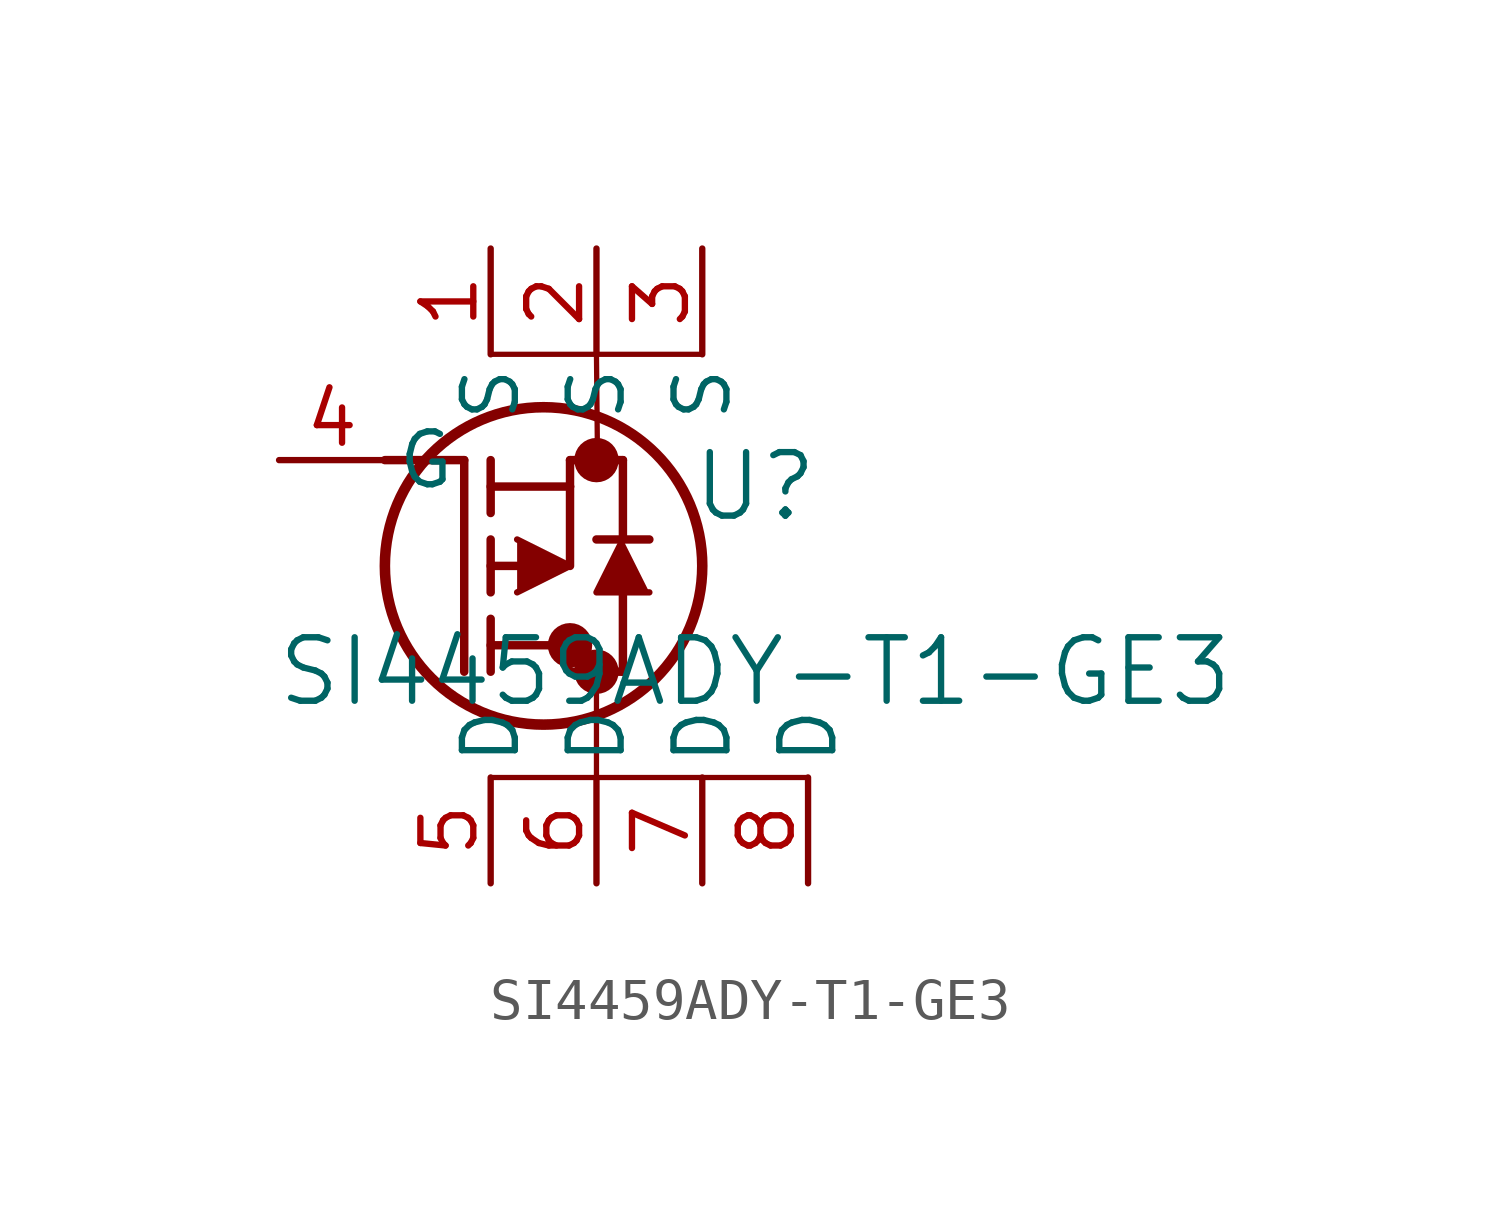
<source format=kicad_sym>
(kicad_symbol_lib
  (version 20211014)
  (generator kicad_symbol_editor)
  (symbol "SI4459ADY-T1-GE3"
    (pin_names
      (offset 0.254))
    (property "Reference" "U"
      (at 11.43 -0.635 0)
      (effects (font (size 1.524 1.524))))
    (property "Value" "SI4459ADY-T1-GE3"
      (at 11.43 -5.08 0)
      (effects (font (size 1.524 1.524))))
    (symbol "SI4459ADY-T1-GE3_0_1"
      (polyline (pts (xy 2.54 0) (xy 4.445 0)) (stroke (width 0.203) (type default) (color 0 0 0 0)) (fill (type none)))
      (circle (center 7.62 0) (radius 0.025) (stroke (width 0.508) (type default) (color 0 0 0 0)) (fill (type none)))
      (circle (center 7.62 -5.08) (radius 0.025) (stroke (width 0.508) (type default) (color 0 0 0 0)) (fill (type none)))
      (circle (center 6.985 -4.445) (radius 0.025) (stroke (width 0.508) (type default) (color 0 0 0 0)) (fill (type none)))
      (circle (center 6.35 -2.54) (radius 3.81) (stroke (width 0.254) (type default) (color 0 0 0 0)) (fill (type none)))
      (polyline (pts (xy 4.445 -5.08) (xy 4.445 0)) (stroke (width 0.203) (type default) (color 0 0 0 0)) (fill (type none)))
      (polyline (pts (xy 5.08 -3.175) (xy 5.08 -1.905)) (stroke (width 0.203) (type default) (color 0 0 0 0)) (fill (type none)))
      (polyline (pts (xy 5.08 -5.08) (xy 5.08 -3.81)) (stroke (width 0.203) (type default) (color 0 0 0 0)) (fill (type none)))
      (polyline (pts (xy 5.08 -1.27) (xy 5.08 0)) (stroke (width 0.203) (type default) (color 0 0 0 0)) (fill (type none)))
      (polyline (pts (xy 5.715 -2.54) (xy 5.08 -2.54)) (stroke (width 0.203) (type default) (color 0 0 0 0)) (fill (type none)))
      (polyline (pts (xy 5.08 -4.445) (xy 6.985 -4.445)) (stroke (width 0.203) (type default) (color 0 0 0 0)) (fill (type none)))
      (polyline (pts (xy 6.985 -0.635) (xy 6.985 -2.54)) (stroke (width 0.203) (type default) (color 0 0 0 0)) (fill (type none)))
      (polyline (pts (xy 6.985 -5.08) (xy 8.255 -5.08)) (stroke (width 0.203) (type default) (color 0 0 0 0)) (fill (type none)))
      (polyline (pts (xy 5.08 -0.635) (xy 6.985 -0.635)) (stroke (width 0.203) (type default) (color 0 0 0 0)) (fill (type none)))
      (polyline (pts (xy 8.255 -1.905) (xy 8.255 0)) (stroke (width 0.203) (type default) (color 0 0 0 0)) (fill (type none)))
      (polyline (pts (xy 5.715 -3.175) (xy 6.985 -2.54) (xy 5.715 -1.905)) (stroke (width 0) (type default) (color 0 0 0 0)) (fill (type outline)))
      (polyline (pts (xy 8.89 -3.175) (xy 7.62 -3.175) (xy 8.255 -1.905)) (stroke (width 0) (type default) (color 0 0 0 0)) (fill (type outline)))
      (polyline (pts (xy 8.255 -5.08) (xy 8.255 -3.175)) (stroke (width 0.203) (type default) (color 0 0 0 0)) (fill (type none)))
      (polyline (pts (xy 8.89 -1.905) (xy 7.62 -1.905)) (stroke (width 0.203) (type default) (color 0 0 0 0)) (fill (type none)))
      (polyline (pts (xy 6.985 0) (xy 8.255 0)) (stroke (width 0.203) (type default) (color 0 0 0 0)) (fill (type none)))
      (polyline (pts (xy 6.985 -0.635) (xy 6.985 0)) (stroke (width 0.203) (type default) (color 0 0 0 0)) (fill (type none)))
      (polyline (pts (xy 6.985 -4.445) (xy 6.985 -5.08)) (stroke (width 0.127) (type default) (color 0 0 0 0)) (fill (type none)))
      (polyline (pts (xy 5.08 -7.62) (xy 12.7 -7.62)) (stroke (width 0.127) (type default) (color 0 0 0 0)) (fill (type none)))
      (polyline (pts (xy 5.08 2.54) (xy 10.16 2.54)) (stroke (width 0.127) (type default) (color 0 0 0 0)) (fill (type none)))
      (polyline (pts (xy 7.62 2.54) (xy 7.645 0)) (stroke (width 0.127) (type default) (color 0 0 0 0)) (fill (type none)))
      (polyline (pts (xy 7.62 -7.62) (xy 7.62 -5.08)) (stroke (width 0.127) (type default) (color 0 0 0 0)) (fill (type none)))
      (pin unspecified line (at 5.08 5.08 270) (length 2.54) (name "S" (effects (font (size 1.27 1.27)))) (number "1" (effects (font (size 1.27 1.27)))))
      (pin unspecified line (at 7.62 5.08 270) (length 2.54) (name "S" (effects (font (size 1.27 1.27)))) (number "2" (effects (font (size 1.27 1.27)))))
      (pin unspecified line (at 10.16 5.08 270) (length 2.54) (name "S" (effects (font (size 1.27 1.27)))) (number "3" (effects (font (size 1.27 1.27)))))
      (pin unspecified line (at 0 0 0) (length 2.54) (name "G" (effects (font (size 1.27 1.27)))) (number "4" (effects (font (size 1.27 1.27)))))
      (pin unspecified line (at 5.08 -10.16 90) (length 2.54) (name "D" (effects (font (size 1.27 1.27)))) (number "5" (effects (font (size 1.27 1.27)))))
      (pin unspecified line (at 7.62 -10.16 90) (length 2.54) (name "D" (effects (font (size 1.27 1.27)))) (number "6" (effects (font (size 1.27 1.27)))))
      (pin unspecified line (at 10.16 -10.16 90) (length 2.54) (name "D" (effects (font (size 1.27 1.27)))) (number "7" (effects (font (size 1.27 1.27)))))
      (pin unspecified line (at 12.7 -10.16 90) (length 2.54) (name "D" (effects (font (size 1.27 1.27)))) (number "8" (effects (font (size 1.27 1.27))))))))
</source>
